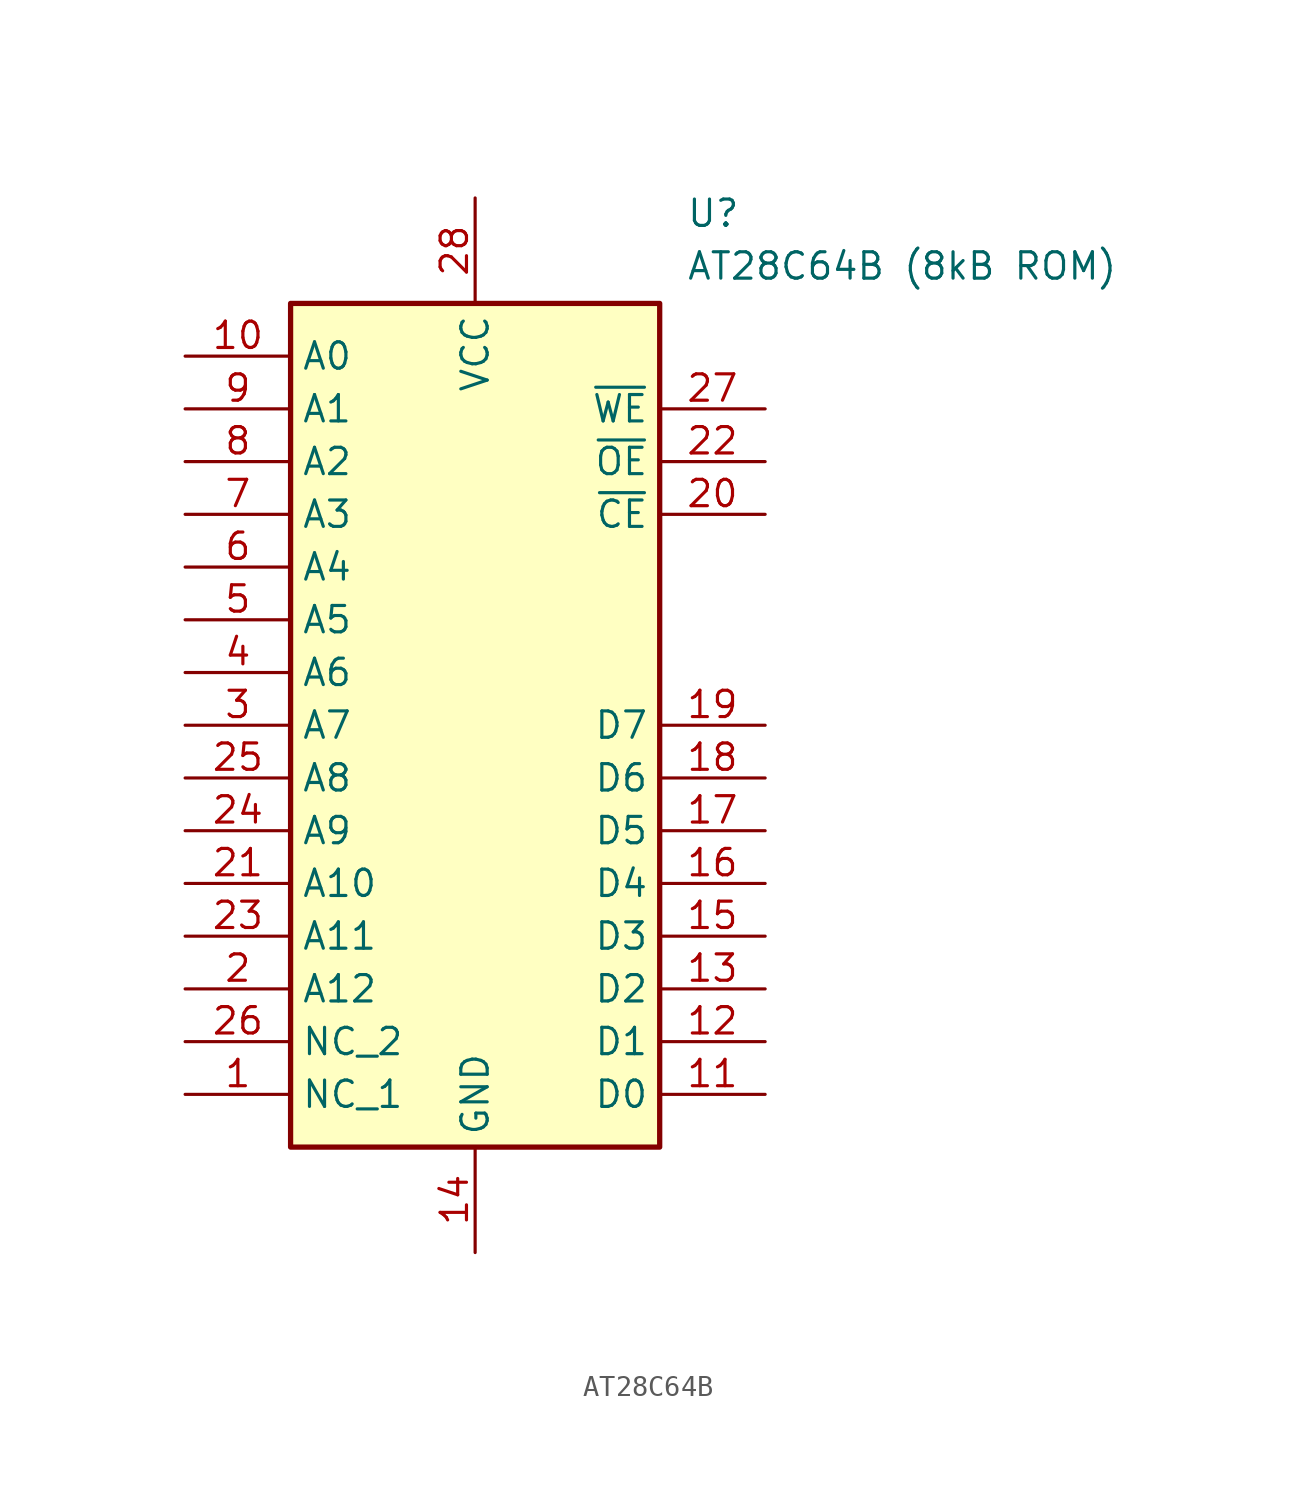
<source format=kicad_sym>
(kicad_symbol_lib
  (version 20220914)
  (generator kicad_symbol_editor)
  (symbol "AT28C64B"
    (property "Reference" "U"
      (at 24.13 7.62 0)
      (effects (font (size 1.27 1.27)) (justify left top)))
    (property "Value" "AT28C64B (8kB ROM)"
      (at 24.13 5.08 0)
      (effects (font (size 1.27 1.27)) (justify left top)))
    (symbol "AT28C64B_1_1"
      (rectangle (start 5.08 2.54) (end 22.86 -38.1) (stroke (width 0.254) (type default)) (fill (type background)))
      (pin passive line (at 0 -35.56 0) (length 5.08) (name "NC_1" (effects (font (size 1.27 1.27)))) (number "1" (effects (font (size 1.27 1.27)))))
      (pin passive line (at 0 0 0) (length 5.08) (name "A0" (effects (font (size 1.27 1.27)))) (number "10" (effects (font (size 1.27 1.27)))))
      (pin passive line (at 27.94 -35.56 180) (length 5.08) (name "D0" (effects (font (size 1.27 1.27)))) (number "11" (effects (font (size 1.27 1.27)))))
      (pin passive line (at 27.94 -33.02 180) (length 5.08) (name "D1" (effects (font (size 1.27 1.27)))) (number "12" (effects (font (size 1.27 1.27)))))
      (pin passive line (at 27.94 -30.48 180) (length 5.08) (name "D2" (effects (font (size 1.27 1.27)))) (number "13" (effects (font (size 1.27 1.27)))))
      (pin passive line (at 13.97 -43.18 90) (length 5.08) (name "GND" (effects (font (size 1.27 1.27)))) (number "14" (effects (font (size 1.27 1.27)))))
      (pin passive line (at 27.94 -27.94 180) (length 5.08) (name "D3" (effects (font (size 1.27 1.27)))) (number "15" (effects (font (size 1.27 1.27)))))
      (pin passive line (at 27.94 -25.4 180) (length 5.08) (name "D4" (effects (font (size 1.27 1.27)))) (number "16" (effects (font (size 1.27 1.27)))))
      (pin passive line (at 27.94 -22.86 180) (length 5.08) (name "D5" (effects (font (size 1.27 1.27)))) (number "17" (effects (font (size 1.27 1.27)))))
      (pin passive line (at 27.94 -20.32 180) (length 5.08) (name "D6" (effects (font (size 1.27 1.27)))) (number "18" (effects (font (size 1.27 1.27)))))
      (pin passive line (at 27.94 -17.78 180) (length 5.08) (name "D7" (effects (font (size 1.27 1.27)))) (number "19" (effects (font (size 1.27 1.27)))))
      (pin passive line (at 0 -30.48 0) (length 5.08) (name "A12" (effects (font (size 1.27 1.27)))) (number "2" (effects (font (size 1.27 1.27)))))
      (pin passive line (at 27.94 -7.62 180) (length 5.08) (name "~{CE}" (effects (font (size 1.27 1.27)))) (number "20" (effects (font (size 1.27 1.27)))))
      (pin passive line (at 0 -25.4 0) (length 5.08) (name "A10" (effects (font (size 1.27 1.27)))) (number "21" (effects (font (size 1.27 1.27)))))
      (pin passive line (at 27.94 -5.08 180) (length 5.08) (name "~{OE}" (effects (font (size 1.27 1.27)))) (number "22" (effects (font (size 1.27 1.27)))))
      (pin passive line (at 0 -27.94 0) (length 5.08) (name "A11" (effects (font (size 1.27 1.27)))) (number "23" (effects (font (size 1.27 1.27)))))
      (pin passive line (at 0 -22.86 0) (length 5.08) (name "A9" (effects (font (size 1.27 1.27)))) (number "24" (effects (font (size 1.27 1.27)))))
      (pin passive line (at 0 -20.32 0) (length 5.08) (name "A8" (effects (font (size 1.27 1.27)))) (number "25" (effects (font (size 1.27 1.27)))))
      (pin passive line (at 0 -33.02 0) (length 5.08) (name "NC_2" (effects (font (size 1.27 1.27)))) (number "26" (effects (font (size 1.27 1.27)))))
      (pin passive line (at 27.94 -2.54 180) (length 5.08) (name "~{WE}" (effects (font (size 1.27 1.27)))) (number "27" (effects (font (size 1.27 1.27)))))
      (pin passive line (at 13.97 7.62 270) (length 5.08) (name "VCC" (effects (font (size 1.27 1.27)))) (number "28" (effects (font (size 1.27 1.27)))))
      (pin passive line (at 0 -17.78 0) (length 5.08) (name "A7" (effects (font (size 1.27 1.27)))) (number "3" (effects (font (size 1.27 1.27)))))
      (pin passive line (at 0 -15.24 0) (length 5.08) (name "A6" (effects (font (size 1.27 1.27)))) (number "4" (effects (font (size 1.27 1.27)))))
      (pin passive line (at 0 -12.7 0) (length 5.08) (name "A5" (effects (font (size 1.27 1.27)))) (number "5" (effects (font (size 1.27 1.27)))))
      (pin passive line (at 0 -10.16 0) (length 5.08) (name "A4" (effects (font (size 1.27 1.27)))) (number "6" (effects (font (size 1.27 1.27)))))
      (pin passive line (at 0 -7.62 0) (length 5.08) (name "A3" (effects (font (size 1.27 1.27)))) (number "7" (effects (font (size 1.27 1.27)))))
      (pin passive line (at 0 -5.08 0) (length 5.08) (name "A2" (effects (font (size 1.27 1.27)))) (number "8" (effects (font (size 1.27 1.27)))))
      (pin passive line (at 0 -2.54 0) (length 5.08) (name "A1" (effects (font (size 1.27 1.27)))) (number "9" (effects (font (size 1.27 1.27))))))))
</source>
